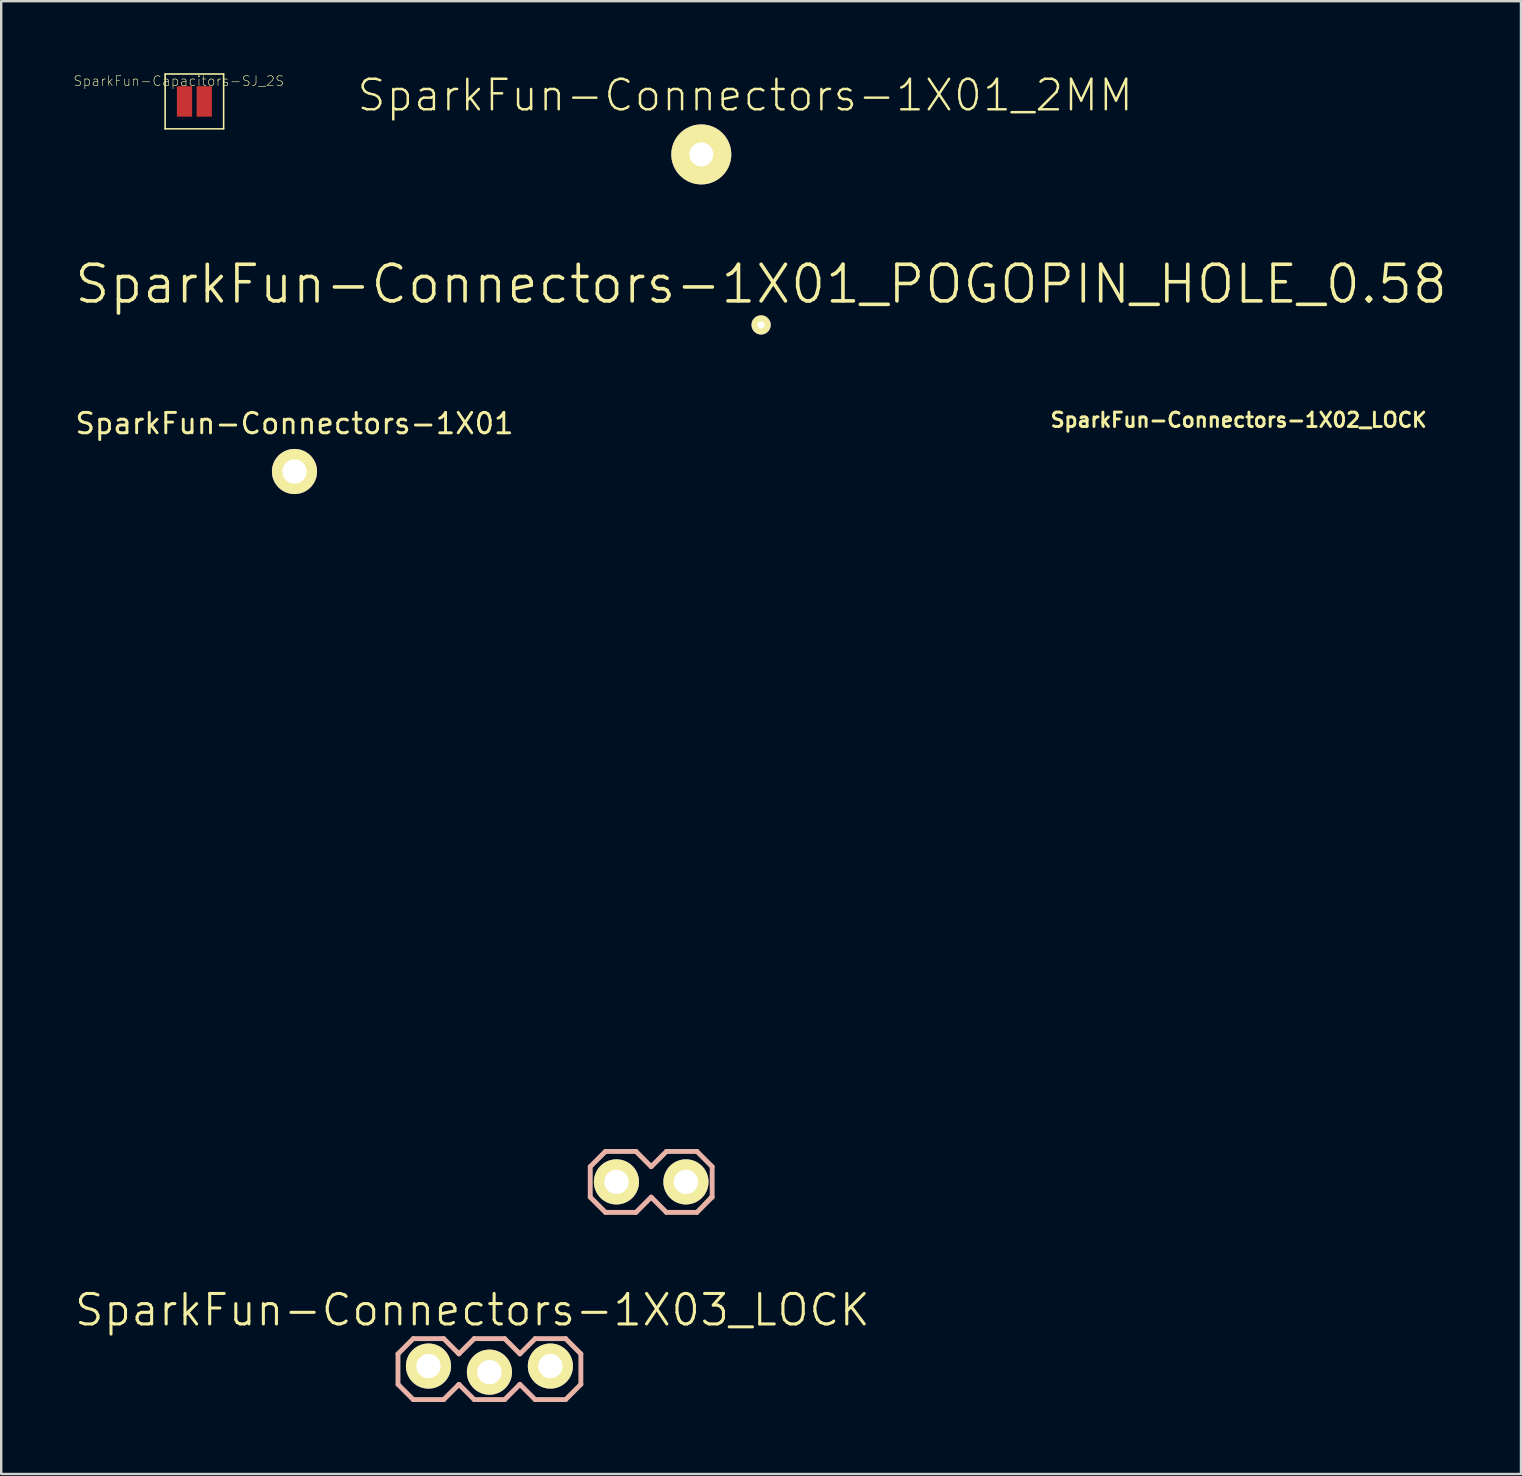
<source format=kicad_pcb>
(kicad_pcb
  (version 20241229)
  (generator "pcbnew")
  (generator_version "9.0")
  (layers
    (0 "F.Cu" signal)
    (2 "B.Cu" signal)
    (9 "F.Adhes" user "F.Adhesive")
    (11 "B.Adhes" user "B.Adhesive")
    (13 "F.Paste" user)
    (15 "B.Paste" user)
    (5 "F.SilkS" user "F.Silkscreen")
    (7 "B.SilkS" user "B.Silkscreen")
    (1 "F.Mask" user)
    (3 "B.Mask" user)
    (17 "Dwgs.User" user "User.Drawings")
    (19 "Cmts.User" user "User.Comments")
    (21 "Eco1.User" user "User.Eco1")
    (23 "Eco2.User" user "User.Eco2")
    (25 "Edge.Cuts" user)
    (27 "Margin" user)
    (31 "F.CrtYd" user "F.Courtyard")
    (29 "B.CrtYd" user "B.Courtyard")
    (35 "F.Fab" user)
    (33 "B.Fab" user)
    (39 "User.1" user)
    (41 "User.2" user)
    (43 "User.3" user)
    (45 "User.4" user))
  (footprint "SparkFun-Connectors-1X01_POGOPIN_HOLE_0.58"
    (layer "F.Cu")
    (at 28.666 10.49)
    (property "Reference" "SparkFun-Connectors-1X01_POGOPIN_HOLE_0.58" (at 0 -1.7 0) (layer "F.SilkS") (effects (font (size 1.524 1.524) (thickness 0.15))))
    (attr exclude_from_pos_files exclude_from_bom)
    (pad "1" thru_hole circle (at 0 0) (size 0.8 0.8) (drill 0.3) (layers "*.Cu" "*.Mask" "F.SilkS")))
  (footprint "SparkFun-Connectors-1X01"
    (layer "F.Cu")
    (at 9.222 16.598)
    (property "Reference" "SparkFun-Connectors-1X01" (at 0 -2 0) (layer "F.SilkS") (effects (font (size 0.85 0.85) (thickness 0.12))))
    (attr exclude_from_pos_files exclude_from_bom)
    (fp_line (start -0.254 -0.254) (end 0.254 -0.254) (stroke (width 0.066) (type solid)) (layer "F.SilkS"))
    (fp_line (start -0.254 0.254) (end -0.254 -0.254) (stroke (width 0.066) (type solid)) (layer "F.SilkS"))
    (fp_line (start -0.254 0.254) (end 0.254 0.254) (stroke (width 0.066) (type solid)) (layer "F.SilkS"))
    (fp_line (start 0.254 0.254) (end 0.254 -0.254) (stroke (width 0.066) (type solid)) (layer "F.SilkS"))
    (pad "1" thru_hole circle (at 0 0) (size 1.88 1.88) (drill 1.016) (layers "*.Cu" "*.Mask" "F.SilkS")))
  (footprint "SparkFun-Connectors-1X01_2MM"
    (layer "F.Cu")
    (at 26.174 3.385)
    (property "Reference" "SparkFun-Connectors-1X01_2MM" (at 1.829 -2.464 0) (layer "F.SilkS") (effects (font (size 1.27 1.27) (thickness 0.102))))
    (attr exclude_from_pos_files exclude_from_bom)
    (pad "1" thru_hole circle (at 0 0) (size 2.5 2.5) (drill 1) (layers "*.Cu" "*.Mask" "F.SilkS")))
  (footprint "SparkFun-Capacitors-SJ_2S"
    (layer "F.Cu")
    (at 5.05 1.176)
    (property "Reference" "SparkFun-Capacitors-SJ_2S" (at -0.65 -0.85 0) (layer "F.SilkS") (effects (font (size 0.406 0.406) (thickness 0.025))))
    (attr smd)
    (fp_line (start -1.219 -1.143) (end 1.219 -1.143) (stroke (width 0.066) (type solid)) (layer "F.SilkS"))
    (fp_line (start -1.219 1.143) (end -1.219 -1.143) (stroke (width 0.066) (type solid)) (layer "F.SilkS"))
    (fp_line (start -1.219 1.143) (end 1.219 1.143) (stroke (width 0.066) (type solid)) (layer "F.SilkS"))
    (fp_line (start 1.219 1.143) (end 1.219 -1.143) (stroke (width 0.066) (type solid)) (layer "F.SilkS"))
    (pad "1" smd rect (at -0.411 0) (size 0.635 1.27) (layers "F.Cu" "F.Mask" "F.Paste"))
    (pad "2" smd rect (at 0.411 0) (size 0.635 1.27) (layers "F.Cu" "F.Mask" "F.Paste")))
  (footprint "SparkFun-Connectors-1X02_LOCK"
    (layer "F.Cu")
    (at 22.816 46.201)
    (property "Reference" "SparkFun-Connectors-1X02_LOCK" (at 25.75 -31.75 0) (layer "F.SilkS") (effects (font (size 0.6 0.6) (thickness 0.12))))
    (attr exclude_from_pos_files exclude_from_bom)
    (fp_line (start -1.27 -0.635) (end -0.635 -1.27) (stroke (width 0.15) (type solid)) (layer "F.SilkS"))
    (fp_line (start -1.27 0.635) (end -1.27 -0.635) (stroke (width 0.15) (type solid)) (layer "F.SilkS"))
    (fp_line (start -0.635 -1.27) (end 0.635 -1.27) (stroke (width 0.15) (type solid)) (layer "F.SilkS"))
    (fp_line (start -0.635 1.27) (end -1.27 0.635) (stroke (width 0.15) (type solid)) (layer "F.SilkS"))
    (fp_line (start -0.292 -0.292) (end 0.292 -0.292) (stroke (width 0.066) (type solid)) (layer "F.SilkS"))
    (fp_line (start -0.292 0.292) (end -0.292 -0.292) (stroke (width 0.066) (type solid)) (layer "F.SilkS"))
    (fp_line (start -0.292 0.292) (end 0.292 0.292) (stroke (width 0.066) (type solid)) (layer "F.SilkS"))
    (fp_line (start 0.292 0.292) (end 0.292 -0.292) (stroke (width 0.066) (type solid)) (layer "F.SilkS"))
    (fp_line (start 0.635 -1.27) (end 1.27 -0.635) (stroke (width 0.15) (type solid)) (layer "F.SilkS"))
    (fp_line (start 0.635 1.27) (end -0.635 1.27) (stroke (width 0.15) (type solid)) (layer "F.SilkS"))
    (fp_line (start 1.27 -0.635) (end 1.905 -1.27) (stroke (width 0.15) (type solid)) (layer "F.SilkS"))
    (fp_line (start 1.27 0.635) (end 0.635 1.27) (stroke (width 0.15) (type solid)) (layer "F.SilkS"))
    (fp_line (start 1.905 -1.27) (end 3.175 -1.27) (stroke (width 0.15) (type solid)) (layer "F.SilkS"))
    (fp_line (start 1.905 1.27) (end 1.27 0.635) (stroke (width 0.15) (type solid)) (layer "F.SilkS"))
    (fp_line (start 2.248 -0.292) (end 2.832 -0.292) (stroke (width 0.066) (type solid)) (layer "F.SilkS"))
    (fp_line (start 2.248 0.292) (end 2.248 -0.292) (stroke (width 0.066) (type solid)) (layer "F.SilkS"))
    (fp_line (start 2.248 0.292) (end 2.832 0.292) (stroke (width 0.066) (type solid)) (layer "F.SilkS"))
    (fp_line (start 2.832 0.292) (end 2.832 -0.292) (stroke (width 0.066) (type solid)) (layer "F.SilkS"))
    (fp_line (start 3.175 -1.27) (end 3.81 -0.635) (stroke (width 0.15) (type solid)) (layer "F.SilkS"))
    (fp_line (start 3.175 1.27) (end 1.905 1.27) (stroke (width 0.15) (type solid)) (layer "F.SilkS"))
    (fp_line (start 3.81 -0.635) (end 3.81 0.572) (stroke (width 0.15) (type solid)) (layer "F.SilkS"))
    (fp_line (start 3.81 0.572) (end 3.175 1.27) (stroke (width 0.15) (type solid)) (layer "F.SilkS"))
    (fp_line (start -1.27 -0.635) (end -1.27 0.635) (stroke (width 0.203) (type solid)) (layer "B.SilkS"))
    (fp_line (start -1.27 0.635) (end -0.635 1.27) (stroke (width 0.203) (type solid)) (layer "B.SilkS"))
    (fp_line (start -0.635 -1.27) (end -1.27 -0.635) (stroke (width 0.203) (type solid)) (layer "B.SilkS"))
    (fp_line (start -0.635 -1.27) (end 0.635 -1.27) (stroke (width 0.203) (type solid)) (layer "B.SilkS"))
    (fp_line (start 0.635 -1.27) (end 1.27 -0.635) (stroke (width 0.203) (type solid)) (layer "B.SilkS"))
    (fp_line (start 0.635 1.27) (end -0.635 1.27) (stroke (width 0.203) (type solid)) (layer "B.SilkS"))
    (fp_line (start 1.27 -0.635) (end 1.905 -1.27) (stroke (width 0.203) (type solid)) (layer "B.SilkS"))
    (fp_line (start 1.27 0.635) (end 0.635 1.27) (stroke (width 0.203) (type solid)) (layer "B.SilkS"))
    (fp_line (start 1.905 -1.27) (end 3.175 -1.27) (stroke (width 0.203) (type solid)) (layer "B.SilkS"))
    (fp_line (start 1.905 1.27) (end 1.27 0.635) (stroke (width 0.203) (type solid)) (layer "B.SilkS"))
    (fp_line (start 3.175 -1.27) (end 3.81 -0.635) (stroke (width 0.203) (type solid)) (layer "B.SilkS"))
    (fp_line (start 3.175 1.27) (end 1.905 1.27) (stroke (width 0.203) (type solid)) (layer "B.SilkS"))
    (fp_line (start 3.81 -0.635) (end 3.81 0.635) (stroke (width 0.203) (type solid)) (layer "B.SilkS"))
    (fp_line (start 3.81 0.635) (end 3.175 1.27) (stroke (width 0.203) (type solid)) (layer "B.SilkS"))
    (pad "1" thru_hole circle (at -0.178 0) (size 1.88 1.88) (drill 1.016) (layers "*.Cu" "*.Mask" "F.SilkS" "F.Paste"))
    (pad "2" thru_hole circle (at 2.718 0) (size 1.88 1.88) (drill 1.016) (layers "*.Cu" "*.Mask" "F.SilkS" "F.Paste")))
  (footprint "SparkFun-Connectors-1X03_LOCK"
    (layer "F.Cu")
    (at 14.805 54.003)
    (property "Reference" "SparkFun-Connectors-1X03_LOCK" (at 1.829 -2.464 0) (layer "F.SilkS") (effects (font (size 1.27 1.27) (thickness 0.127))))
    (attr exclude_from_pos_files exclude_from_bom)
    (fp_line (start -0.254 -0.254) (end 0.254 -0.254) (stroke (width 0.066) (type solid)) (layer "F.SilkS"))
    (fp_line (start -0.254 0.254) (end -0.254 -0.254) (stroke (width 0.066) (type solid)) (layer "F.SilkS"))
    (fp_line (start -0.254 0.254) (end 0.254 0.254) (stroke (width 0.066) (type solid)) (layer "F.SilkS"))
    (fp_line (start 0.254 0.254) (end 0.254 -0.254) (stroke (width 0.066) (type solid)) (layer "F.SilkS"))
    (fp_line (start 2.286 -0.254) (end 2.794 -0.254) (stroke (width 0.066) (type solid)) (layer "F.SilkS"))
    (fp_line (start 2.286 0.254) (end 2.286 -0.254) (stroke (width 0.066) (type solid)) (layer "F.SilkS"))
    (fp_line (start 2.286 0.254) (end 2.794 0.254) (stroke (width 0.066) (type solid)) (layer "F.SilkS"))
    (fp_line (start 2.794 0.254) (end 2.794 -0.254) (stroke (width 0.066) (type solid)) (layer "F.SilkS"))
    (fp_line (start 4.826 -0.254) (end 5.334 -0.254) (stroke (width 0.066) (type solid)) (layer "F.SilkS"))
    (fp_line (start 4.826 0.254) (end 4.826 -0.254) (stroke (width 0.066) (type solid)) (layer "F.SilkS"))
    (fp_line (start 4.826 0.254) (end 5.334 0.254) (stroke (width 0.066) (type solid)) (layer "F.SilkS"))
    (fp_line (start 5.334 0.254) (end 5.334 -0.254) (stroke (width 0.066) (type solid)) (layer "F.SilkS"))
    (fp_line (start -1.27 -0.635) (end -1.27 0.635) (stroke (width 0.203) (type solid)) (layer "B.SilkS"))
    (fp_line (start -1.27 0.635) (end -0.635 1.27) (stroke (width 0.203) (type solid)) (layer "B.SilkS"))
    (fp_line (start -0.635 -1.27) (end -1.27 -0.635) (stroke (width 0.203) (type solid)) (layer "B.SilkS"))
    (fp_line (start -0.635 -1.27) (end 0.635 -1.27) (stroke (width 0.203) (type solid)) (layer "B.SilkS"))
    (fp_line (start 0.635 -1.27) (end 1.27 -0.635) (stroke (width 0.203) (type solid)) (layer "B.SilkS"))
    (fp_line (start 0.635 1.27) (end -0.635 1.27) (stroke (width 0.203) (type solid)) (layer "B.SilkS"))
    (fp_line (start 1.27 -0.635) (end 1.905 -1.27) (stroke (width 0.203) (type solid)) (layer "B.SilkS"))
    (fp_line (start 1.27 0.635) (end 0.635 1.27) (stroke (width 0.203) (type solid)) (layer "B.SilkS"))
    (fp_line (start 1.905 -1.27) (end 3.175 -1.27) (stroke (width 0.203) (type solid)) (layer "B.SilkS"))
    (fp_line (start 1.905 1.27) (end 1.27 0.635) (stroke (width 0.203) (type solid)) (layer "B.SilkS"))
    (fp_line (start 3.175 -1.27) (end 3.81 -0.635) (stroke (width 0.203) (type solid)) (layer "B.SilkS"))
    (fp_line (start 3.175 1.27) (end 1.905 1.27) (stroke (width 0.203) (type solid)) (layer "B.SilkS"))
    (fp_line (start 3.81 -0.635) (end 4.445 -1.27) (stroke (width 0.203) (type solid)) (layer "B.SilkS"))
    (fp_line (start 3.81 0.635) (end 3.175 1.27) (stroke (width 0.203) (type solid)) (layer "B.SilkS"))
    (fp_line (start 4.445 -1.27) (end 5.715 -1.27) (stroke (width 0.203) (type solid)) (layer "B.SilkS"))
    (fp_line (start 4.445 1.27) (end 3.81 0.635) (stroke (width 0.203) (type solid)) (layer "B.SilkS"))
    (fp_line (start 5.715 -1.27) (end 6.35 -0.635) (stroke (width 0.203) (type solid)) (layer "B.SilkS"))
    (fp_line (start 5.715 1.27) (end 4.445 1.27) (stroke (width 0.203) (type solid)) (layer "B.SilkS"))
    (fp_line (start 6.35 -0.635) (end 6.35 0.635) (stroke (width 0.203) (type solid)) (layer "B.SilkS"))
    (fp_line (start 6.35 0.635) (end 5.715 1.27) (stroke (width 0.203) (type solid)) (layer "B.SilkS"))
    (pad "1" thru_hole circle (at 0 -0.127) (size 1.88 1.88) (drill 1.016) (layers "*.Cu" "*.Mask" "F.SilkS" "F.Paste"))
    (pad "2" thru_hole circle (at 2.54 0.127) (size 1.88 1.88) (drill 1.016) (layers "*.Cu" "*.Mask" "F.SilkS" "F.Paste"))
    (pad "3" thru_hole circle (at 5.08 -0.127) (size 1.88 1.88) (drill 1.016) (layers "*.Cu" "*.Mask" "F.SilkS" "F.Paste")))
  (gr_rect
    (start -3 -3)
    (end 60.331 58.374)
    (stroke (width 0.1) (type default))
    (fill no)
    (layer "Edge.Cuts")))
</source>
